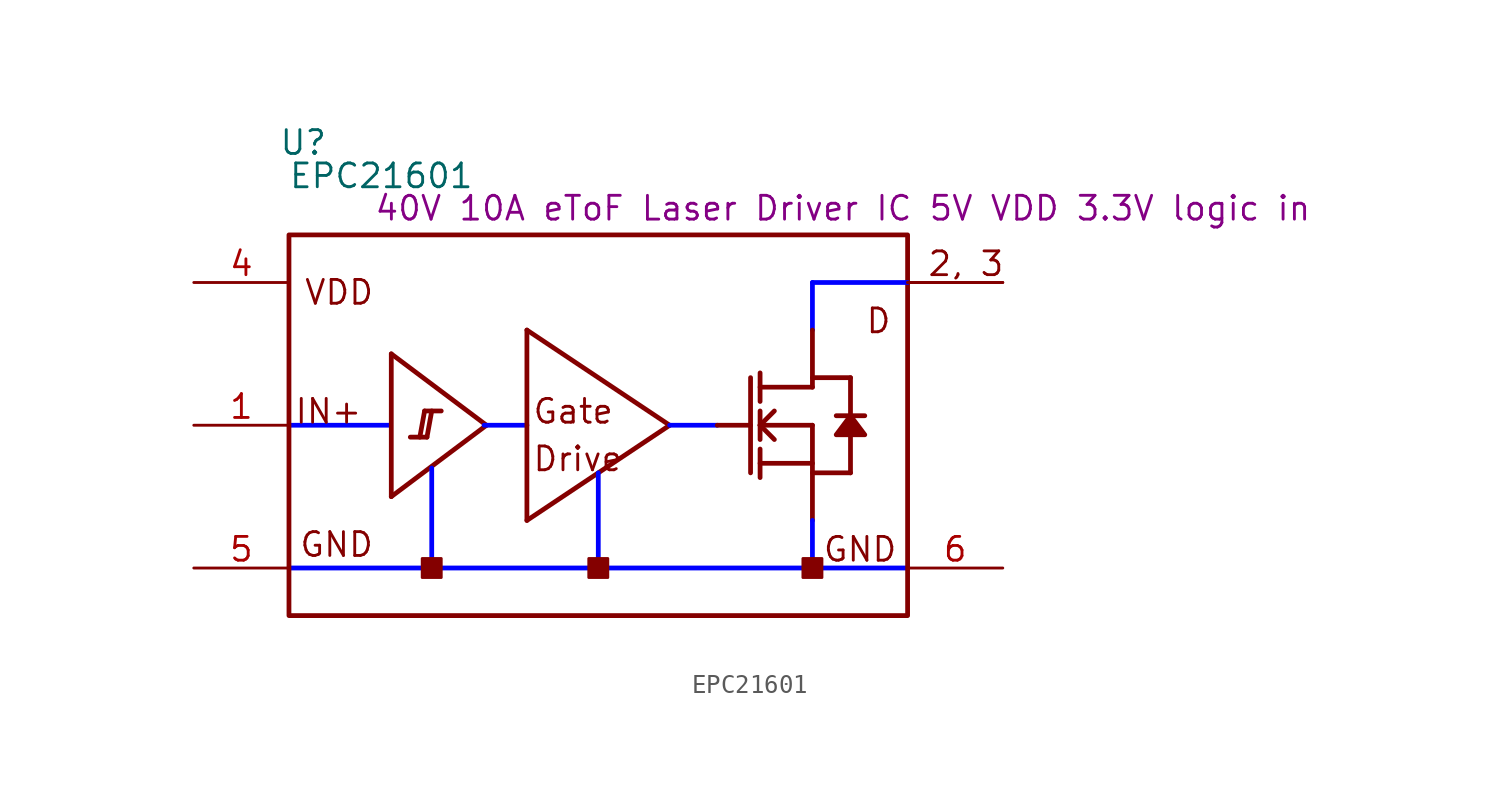
<source format=kicad_sym>
(kicad_symbol_lib
  (version 20220914)
  (generator kicad_symbol_editor)
  (symbol "EPC21601"
    (property "Reference" "U"
      (at 0.762 25.248 0)
      (effects (font (size 1.27 1.27))))
    (property "Value" "EPC21601"
      (at 4.928 23.47 0)
      (effects (font (size 1.27 1.27))))
    (property "Description" "40V 10A eToF Laser Driver IC 5V VDD 3.3V logic in"
      (at 29.566 21.742 0)
      (effects (font (size 1.27 1.27))))
    (symbol "EPC21601_1_0"
      (polyline (pts (xy 0 2.54) (xy 33.02 2.54)) (stroke (width 0.254) (type solid) (color 0 0 255 1)) (fill (type none)))
      (polyline (pts (xy 0 10.16) (xy 5.334 10.16)) (stroke (width 0.254) (type solid) (color 0 0 255 1)) (fill (type none)))
      (polyline (pts (xy 5.461 6.35) (xy 10.541 10.16)) (stroke (width 0.254) (type solid)) (fill (type none)))
      (polyline (pts (xy 5.461 13.97) (xy 5.461 6.35)) (stroke (width 0.254) (type solid)) (fill (type none)))
      (polyline (pts (xy 5.461 13.97) (xy 10.541 10.16)) (stroke (width 0.254) (type solid)) (fill (type none)))
      (polyline (pts (xy 6.985 9.525) (xy 7.239 10.922)) (stroke (width 0.254) (type solid)) (fill (type none)))
      (polyline (pts (xy 7.366 9.525) (xy 6.477 9.525)) (stroke (width 0.254) (type solid)) (fill (type none)))
      (polyline (pts (xy 7.366 9.525) (xy 7.62 10.922)) (stroke (width 0.254) (type solid)) (fill (type none)))
      (polyline (pts (xy 7.62 2.54) (xy 7.62 7.874)) (stroke (width 0.254) (type solid) (color 0 0 255 1)) (fill (type none)))
      (polyline (pts (xy 8.128 10.922) (xy 7.239 10.922)) (stroke (width 0.254) (type solid)) (fill (type none)))
      (polyline (pts (xy 10.414 10.16) (xy 12.7 10.16)) (stroke (width 0.254) (type solid) (color 0 0 255 1)) (fill (type none)))
      (polyline (pts (xy 12.7 5.08) (xy 20.32 10.16)) (stroke (width 0.254) (type solid)) (fill (type none)))
      (polyline (pts (xy 12.7 15.24) (xy 12.7 5.08)) (stroke (width 0.254) (type solid)) (fill (type none)))
      (polyline (pts (xy 12.7 15.24) (xy 20.32 10.16)) (stroke (width 0.254) (type solid)) (fill (type none)))
      (polyline (pts (xy 16.51 2.54) (xy 16.51 7.62)) (stroke (width 0.254) (type solid) (color 0 0 255 1)) (fill (type none)))
      (polyline (pts (xy 20.32 10.16) (xy 22.86 10.16)) (stroke (width 0.254) (type solid) (color 0 0 255 1)) (fill (type none)))
      (polyline (pts (xy 22.86 10.16) (xy 24.638 10.16)) (stroke (width 0.254) (type solid)) (fill (type none)))
      (polyline (pts (xy 24.638 12.7) (xy 24.638 7.62)) (stroke (width 0.254) (type solid)) (fill (type none)))
      (polyline (pts (xy 25.146 7.366) (xy 25.146 8.89)) (stroke (width 0.254) (type solid)) (fill (type none)))
      (polyline (pts (xy 25.146 8.128) (xy 27.94 8.128)) (stroke (width 0.254) (type solid)) (fill (type none)))
      (polyline (pts (xy 25.146 9.398) (xy 25.146 10.922)) (stroke (width 0.254) (type solid)) (fill (type none)))
      (polyline (pts (xy 25.146 10.16) (xy 25.908 10.922)) (stroke (width 0.254) (type solid)) (fill (type none)))
      (polyline (pts (xy 25.146 10.16) (xy 27.94 10.16)) (stroke (width 0.254) (type solid)) (fill (type none)))
      (polyline (pts (xy 25.146 11.43) (xy 25.146 12.954)) (stroke (width 0.254) (type solid)) (fill (type none)))
      (polyline (pts (xy 25.908 9.398) (xy 25.146 10.16)) (stroke (width 0.254) (type solid)) (fill (type none)))
      (polyline (pts (xy 27.94 2.54) (xy 27.94 5.08)) (stroke (width 0.254) (type solid) (color 0 0 255 1)) (fill (type none)))
      (polyline (pts (xy 27.94 7.62) (xy 29.972 7.62)) (stroke (width 0.254) (type solid)) (fill (type none)))
      (polyline (pts (xy 27.94 10.16) (xy 27.94 5.08)) (stroke (width 0.254) (type solid)) (fill (type none)))
      (polyline (pts (xy 27.94 12.192) (xy 25.146 12.192)) (stroke (width 0.254) (type solid)) (fill (type none)))
      (polyline (pts (xy 27.94 12.192) (xy 27.94 15.24)) (stroke (width 0.254) (type solid)) (fill (type none)))
      (polyline (pts (xy 27.94 12.7) (xy 29.972 12.7)) (stroke (width 0.254) (type solid)) (fill (type none)))
      (polyline (pts (xy 27.94 17.78) (xy 27.94 15.24)) (stroke (width 0.254) (type solid) (color 0 0 255 1)) (fill (type none)))
      (polyline (pts (xy 29.972 9.652) (xy 29.972 7.62)) (stroke (width 0.254) (type solid)) (fill (type none)))
      (polyline (pts (xy 29.972 12.7) (xy 29.972 10.668)) (stroke (width 0.254) (type solid)) (fill (type none)))
      (polyline (pts (xy 30.734 10.668) (xy 29.21 10.668)) (stroke (width 0.254) (type solid)) (fill (type none)))
      (polyline (pts (xy 33.02 17.78) (xy 27.94 17.78)) (stroke (width 0.254) (type solid) (color 0 0 255 1)) (fill (type none)))
      (polyline (pts (xy 29.972 10.668) (xy 29.21 9.652) (xy 30.734 9.652) (xy 29.972 10.668)) (stroke (width 0.254) (type solid)) (fill (type outline)))
      (rectangle (start 8.128 3.048) (end 7.112 2.032) (stroke (width 0) (type solid)) (fill (type outline)))
      (rectangle (start 17.018 3.048) (end 16.002 2.032) (stroke (width 0) (type solid)) (fill (type outline)))
      (rectangle (start 28.448 3.048) (end 27.432 2.032) (stroke (width 0) (type solid)) (fill (type outline)))
      (rectangle (start 33.02 20.32) (end 0 0) (stroke (width 0.254) (type solid)) (fill (type none)))
      (text "2, 3" (at 34.036 18.034 0) (effects (font (size 1.27 1.27)) (justify left bottom)))
      (text "D" (at 30.734 14.986 0) (effects (font (size 1.27 1.27)) (justify left bottom)))
      (text "Drive" (at 12.954 7.62 0) (effects (font (size 1.27 1.27)) (justify left bottom)))
      (text "Gate" (at 12.954 10.16 0) (effects (font (size 1.27 1.27)) (justify left bottom)))
      (text "GND" (at 0.508 3.048 0) (effects (font (size 1.27 1.27)) (justify left bottom)))
      (text "GND" (at 28.448 2.794 0) (effects (font (size 1.27 1.27)) (justify left bottom)))
      (text "IN+" (at 0.254 10.16 0) (effects (font (size 1.27 1.27)) (justify left bottom)))
      (text "VDD" (at 0.762 16.51 0) (effects (font (size 1.27 1.27)) (justify left bottom)))
      (pin passive line (at -5.08 10.16 0) (length 5.08) (name "IN+" (effects (font (size 0 0)))) (number "1" (effects (font (size 1.27 1.27)))))
      (pin passive line (at 38.1 17.78 180) (length 5.08) (name "D" (effects (font (size 0 0)))) (number "2" (effects (font (size 0 0)))))
      (pin passive line (at 38.1 17.78 180) (length 5.08) (name "D" (effects (font (size 0 0)))) (number "3" (effects (font (size 0 0)))))
      (pin passive line (at -5.08 17.78 0) (length 5.08) (name "VDD" (effects (font (size 0 0)))) (number "4" (effects (font (size 1.27 1.27)))))
      (pin passive line (at -5.08 2.54 0) (length 5.08) (name "GND" (effects (font (size 0 0)))) (number "5" (effects (font (size 1.27 1.27)))))
      (pin passive line (at 38.1 2.54 180) (length 5.08) (name "GND" (effects (font (size 0 0)))) (number "6" (effects (font (size 1.27 1.27))))))))
</source>
